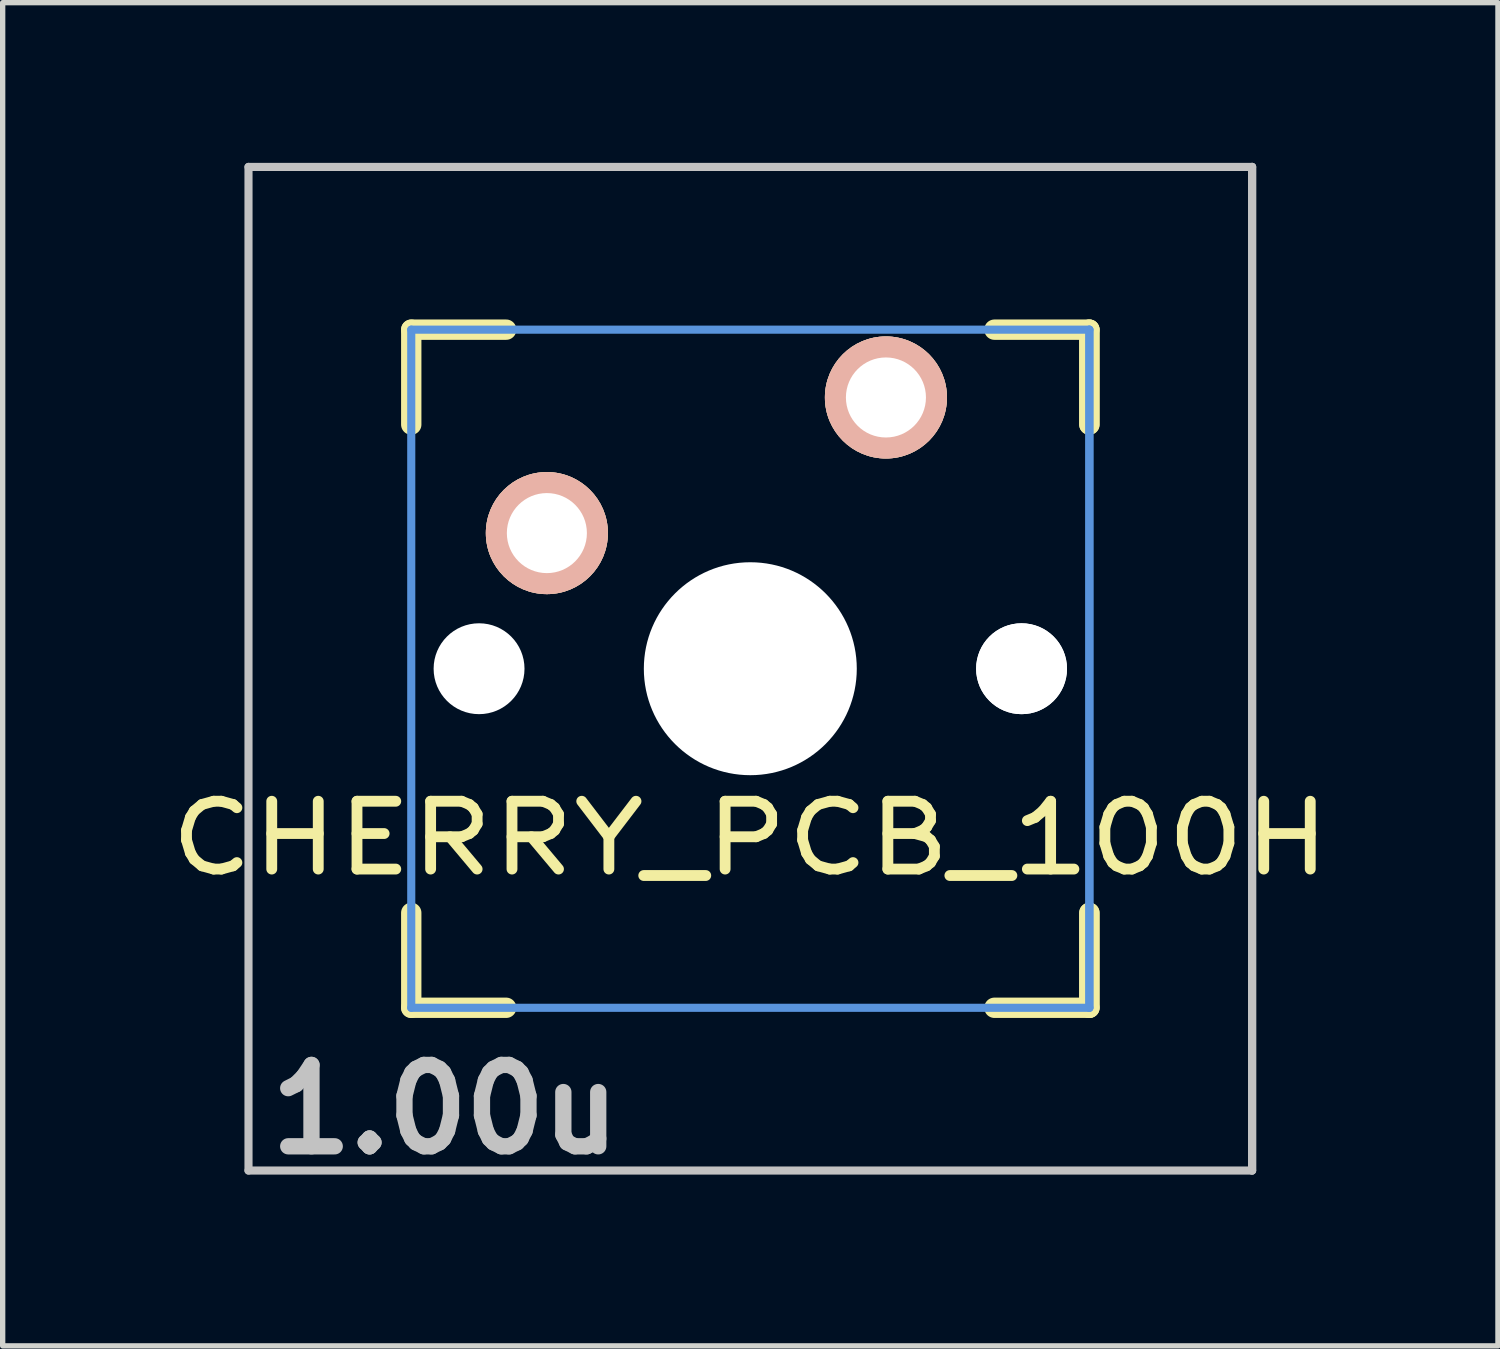
<source format=kicad_pcb>
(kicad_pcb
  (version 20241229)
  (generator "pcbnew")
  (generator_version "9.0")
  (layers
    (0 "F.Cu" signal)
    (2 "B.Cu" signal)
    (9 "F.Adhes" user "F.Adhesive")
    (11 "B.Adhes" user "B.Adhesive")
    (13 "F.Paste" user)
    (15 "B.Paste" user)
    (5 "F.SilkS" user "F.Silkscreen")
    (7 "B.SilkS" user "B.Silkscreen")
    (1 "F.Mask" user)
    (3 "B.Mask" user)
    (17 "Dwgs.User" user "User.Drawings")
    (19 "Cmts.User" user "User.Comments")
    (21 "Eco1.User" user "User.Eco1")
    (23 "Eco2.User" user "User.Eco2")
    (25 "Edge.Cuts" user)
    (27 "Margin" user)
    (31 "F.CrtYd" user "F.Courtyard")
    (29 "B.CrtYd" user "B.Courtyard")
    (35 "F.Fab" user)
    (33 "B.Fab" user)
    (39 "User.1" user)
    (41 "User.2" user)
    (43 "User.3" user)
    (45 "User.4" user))
  (footprint "CHERRY_PCB_100H"
    (layer "F.Cu")
    (at 11.002 9.474)
    (property "Reference" "CHERRY_PCB_100H" (at 0 3.175 0) (layer "F.SilkS") (effects (font (size 1.27 1.524) (thickness 0.203))))
    (attr through_hole)
    (fp_line (start -6.35 -6.35) (end -4.572 -6.35) (stroke (width 0.381) (type solid)) (layer "F.SilkS"))
    (fp_line (start -6.35 -4.572) (end -6.35 -6.35) (stroke (width 0.381) (type solid)) (layer "F.SilkS"))
    (fp_line (start -6.35 6.35) (end -6.35 4.572) (stroke (width 0.381) (type solid)) (layer "F.SilkS"))
    (fp_line (start -4.572 6.35) (end -6.35 6.35) (stroke (width 0.381) (type solid)) (layer "F.SilkS"))
    (fp_line (start 4.572 -6.35) (end 6.35 -6.35) (stroke (width 0.381) (type solid)) (layer "F.SilkS"))
    (fp_line (start 6.35 -6.35) (end 6.35 -4.572) (stroke (width 0.381) (type solid)) (layer "F.SilkS"))
    (fp_line (start 6.35 -6.35) (end 6.35 -4.572) (stroke (width 0.381) (type solid)) (layer "F.SilkS"))
    (fp_line (start 6.35 4.572) (end 6.35 6.35) (stroke (width 0.381) (type solid)) (layer "F.SilkS"))
    (fp_line (start 6.35 4.572) (end 6.35 6.35) (stroke (width 0.381) (type solid)) (layer "F.SilkS"))
    (fp_line (start 6.35 6.35) (end 4.572 6.35) (stroke (width 0.381) (type solid)) (layer "F.SilkS"))
    (fp_line (start -9.398 -9.398) (end 9.398 -9.398) (stroke (width 0.152) (type solid)) (layer "Dwgs.User"))
    (fp_line (start -9.398 9.398) (end -9.398 -9.398) (stroke (width 0.152) (type solid)) (layer "Dwgs.User"))
    (fp_line (start 9.398 -9.398) (end 9.398 9.398) (stroke (width 0.152) (type solid)) (layer "Dwgs.User"))
    (fp_line (start 9.398 -9.398) (end 9.398 9.398) (stroke (width 0.152) (type solid)) (layer "Dwgs.User"))
    (fp_line (start 9.398 9.398) (end -9.398 9.398) (stroke (width 0.152) (type solid)) (layer "Dwgs.User"))
    (fp_line (start -6.35 -6.35) (end 6.35 -6.35) (stroke (width 0.152) (type solid)) (layer "Cmts.User"))
    (fp_line (start -6.35 6.35) (end -6.35 -6.35) (stroke (width 0.152) (type solid)) (layer "Cmts.User"))
    (fp_line (start 6.35 -6.35) (end 6.35 6.35) (stroke (width 0.152) (type solid)) (layer "Cmts.User"))
    (fp_line (start 6.35 -6.35) (end 6.35 6.35) (stroke (width 0.152) (type solid)) (layer "Cmts.User"))
    (fp_line (start 6.35 6.35) (end -6.35 6.35) (stroke (width 0.152) (type solid)) (layer "Cmts.User"))
    (fp_line (start -7.798 -6.005) (end -7.798 -1.75) (stroke (width 0.15) (type solid)) (layer "Eco2.User"))
    (fp_line (start -7.798 -1.75) (end -6.985 -1.75) (stroke (width 0.15) (type solid)) (layer "Eco2.User"))
    (fp_line (start -7.798 1.75) (end -7.798 6.005) (stroke (width 0.15) (type solid)) (layer "Eco2.User"))
    (fp_line (start -7.798 6.005) (end -6.985 6.005) (stroke (width 0.15) (type solid)) (layer "Eco2.User"))
    (fp_line (start -6.985 -6.985) (end -6.985 -6.005) (stroke (width 0.15) (type solid)) (layer "Eco2.User"))
    (fp_line (start -6.985 -6.985) (end 6.985 -6.985) (stroke (width 0.152) (type solid)) (layer "Eco2.User"))
    (fp_line (start -6.985 -6.005) (end -7.798 -6.005) (stroke (width 0.15) (type solid)) (layer "Eco2.User"))
    (fp_line (start -6.985 1.75) (end -7.798 1.75) (stroke (width 0.15) (type solid)) (layer "Eco2.User"))
    (fp_line (start -6.985 1.75) (end -6.985 -1.75) (stroke (width 0.152) (type solid)) (layer "Eco2.User"))
    (fp_line (start -6.985 6.005) (end -6.985 6.985) (stroke (width 0.15) (type solid)) (layer "Eco2.User"))
    (fp_line (start 6.985 -6.985) (end 6.985 -6.005) (stroke (width 0.15) (type solid)) (layer "Eco2.User"))
    (fp_line (start 6.985 -6.985) (end 6.985 -6.005) (stroke (width 0.15) (type solid)) (layer "Eco2.User"))
    (fp_line (start 6.985 -6.005) (end 7.798 -6.005) (stroke (width 0.15) (type solid)) (layer "Eco2.User"))
    (fp_line (start 6.985 -6.005) (end 7.798 -6.005) (stroke (width 0.15) (type solid)) (layer "Eco2.User"))
    (fp_line (start 6.985 -1.75) (end 6.985 1.75) (stroke (width 0.152) (type solid)) (layer "Eco2.User"))
    (fp_line (start 6.985 -1.75) (end 6.985 1.75) (stroke (width 0.152) (type solid)) (layer "Eco2.User"))
    (fp_line (start 6.985 -1.75) (end 7.798 -1.75) (stroke (width 0.15) (type solid)) (layer "Eco2.User"))
    (fp_line (start 6.985 -1.75) (end 7.798 -1.75) (stroke (width 0.15) (type solid)) (layer "Eco2.User"))
    (fp_line (start 6.985 1.75) (end 7.798 1.75) (stroke (width 0.15) (type solid)) (layer "Eco2.User"))
    (fp_line (start 6.985 1.75) (end 7.798 1.75) (stroke (width 0.15) (type solid)) (layer "Eco2.User"))
    (fp_line (start 6.985 6.005) (end 7.798 6.005) (stroke (width 0.15) (type solid)) (layer "Eco2.User"))
    (fp_line (start 6.985 6.005) (end 7.798 6.005) (stroke (width 0.15) (type solid)) (layer "Eco2.User"))
    (fp_line (start 6.985 6.985) (end -6.985 6.985) (stroke (width 0.152) (type solid)) (layer "Eco2.User"))
    (fp_line (start 6.985 6.985) (end 6.985 6.005) (stroke (width 0.15) (type solid)) (layer "Eco2.User"))
    (fp_line (start 6.985 6.985) (end 6.985 6.005) (stroke (width 0.15) (type solid)) (layer "Eco2.User"))
    (fp_line (start 7.798 -6.005) (end 7.798 -1.75) (stroke (width 0.15) (type solid)) (layer "Eco2.User"))
    (fp_line (start 7.798 -6.005) (end 7.798 -1.75) (stroke (width 0.15) (type solid)) (layer "Eco2.User"))
    (fp_line (start 7.798 1.75) (end 7.798 6.005) (stroke (width 0.15) (type solid)) (layer "Eco2.User"))
    (fp_line (start 7.798 1.75) (end 7.798 6.005) (stroke (width 0.15) (type solid)) (layer "Eco2.User"))
    (fp_text user "1.00u" (at -5.715 8.255 0) (layer "Dwgs.User") (effects (font (size 1.524 1.524) (thickness 0.305))))
    (pad "" np_thru_hole circle (at -5.08 0) (size 1.702 1.702) (drill 1.702) (layers "*.Cu"))
    (pad "" np_thru_hole circle (at 0 0) (size 3.988 3.988) (drill 3.988) (layers "*.Cu"))
    (pad "" np_thru_hole circle (at 5.08 0) (size 1.702 1.702) (drill 1.702) (layers "*.Cu"))
    (pad "" np_thru_hole circle (at 5.08 0) (size 1.702 1.702) (drill 1.702) (layers "*.Cu"))
    (pad "1" thru_hole circle (at 2.54 -5.08) (size 2.286 2.286) (drill 1.499) (layers "*.Cu" "*.SilkS" "*.Mask"))
    (pad "2" thru_hole circle (at -3.81 -2.54) (size 2.286 2.286) (drill 1.499) (layers "*.Cu" "*.SilkS" "*.Mask")))
  (gr_rect
    (start -3 -3)
    (end 25.004 22.156)
    (stroke (width 0.1) (type default))
    (fill no)
    (layer "Edge.Cuts")))
</source>
